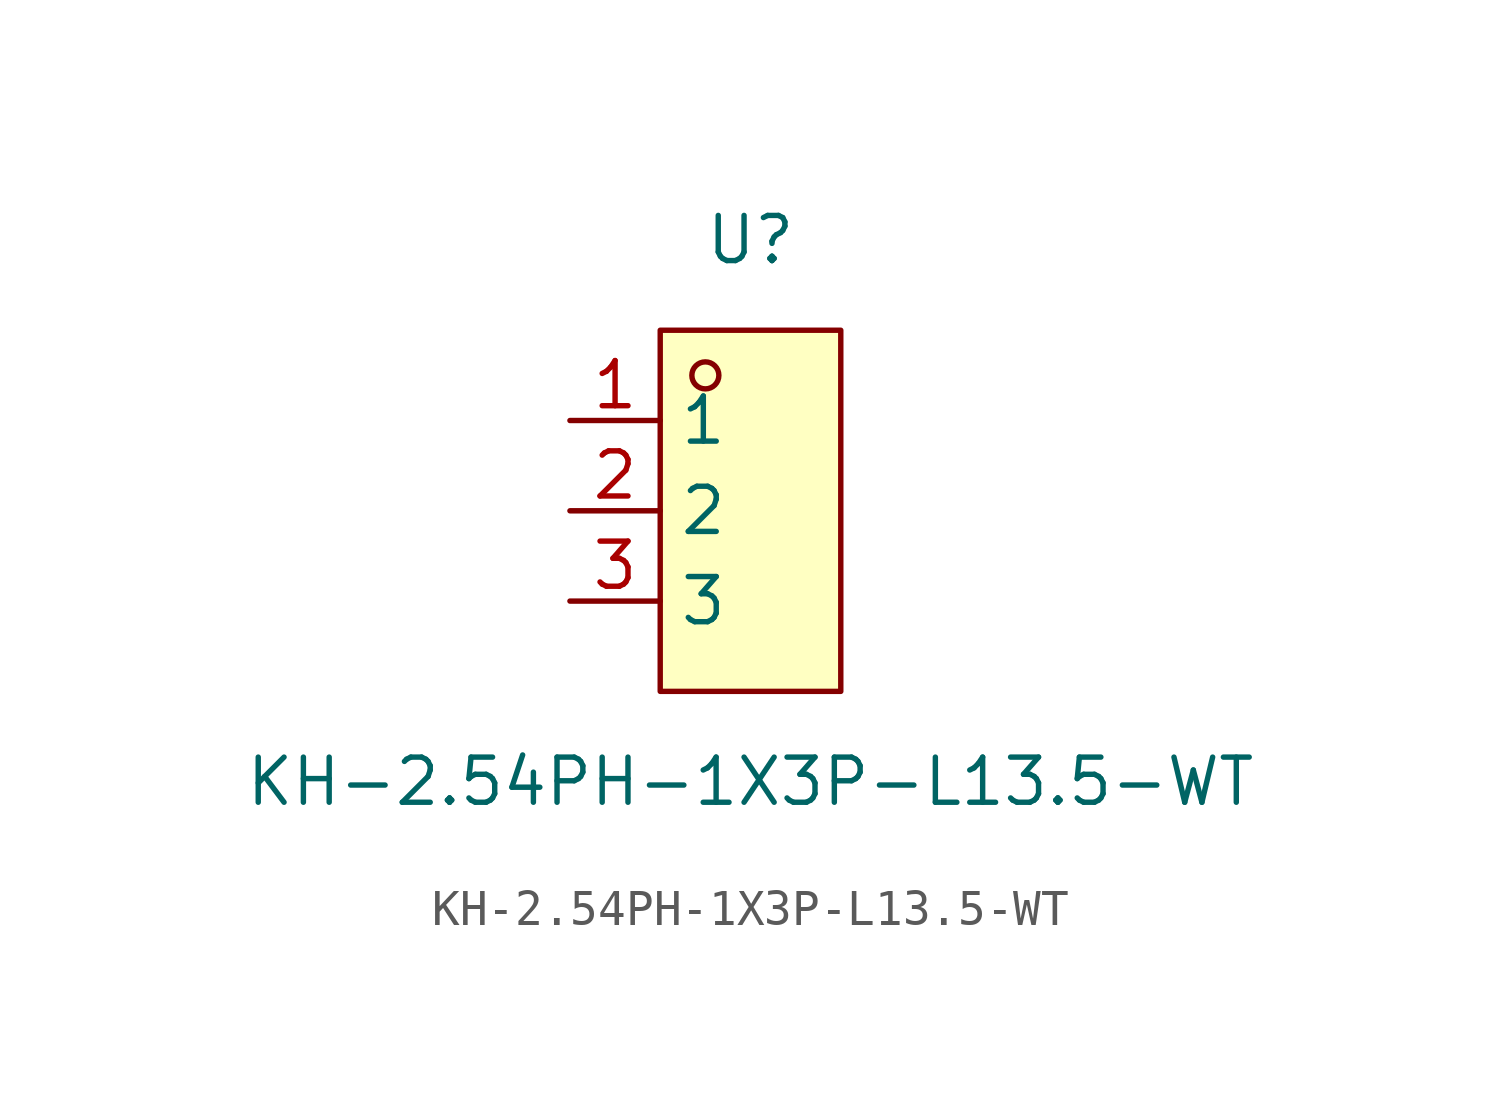
<source format=kicad_sym>
(kicad_symbol_lib
  (version 20211014)
  (generator https://github.com/uPesy/easyeda2kicad.py)
  (symbol "KH-2.54PH-1X3P-L13.5-WT"
    (property "Reference" "U"
      (at 0 7.62 0)
      (effects (font (size 1.27 1.27))))
    (property "Value" "KH-2.54PH-1X3P-L13.5-WT"
      (at 0 -7.62 0)
      (effects (font (size 1.27 1.27))))
    (symbol "KH-2.54PH-1X3P-L13.5-WT_0_1"
      (rectangle (start -2.54 5.08) (end 2.54 -5.08) (stroke (width 0) (type default) (color 0 0 0 0)) (fill (type background)))
      (circle (center -1.27 3.81) (radius 0.38) (stroke (width 0) (type default) (color 0 0 0 0)) (fill (type none)))
      (pin unspecified line (at -5.08 2.54 0) (length 2.54) (name "1" (effects (font (size 1.27 1.27)))) (number "1" (effects (font (size 1.27 1.27)))))
      (pin unspecified line (at -5.08 -0.00 0) (length 2.54) (name "2" (effects (font (size 1.27 1.27)))) (number "2" (effects (font (size 1.27 1.27)))))
      (pin unspecified line (at -5.08 -2.54 0) (length 2.54) (name "3" (effects (font (size 1.27 1.27)))) (number "3" (effects (font (size 1.27 1.27))))))))
</source>
